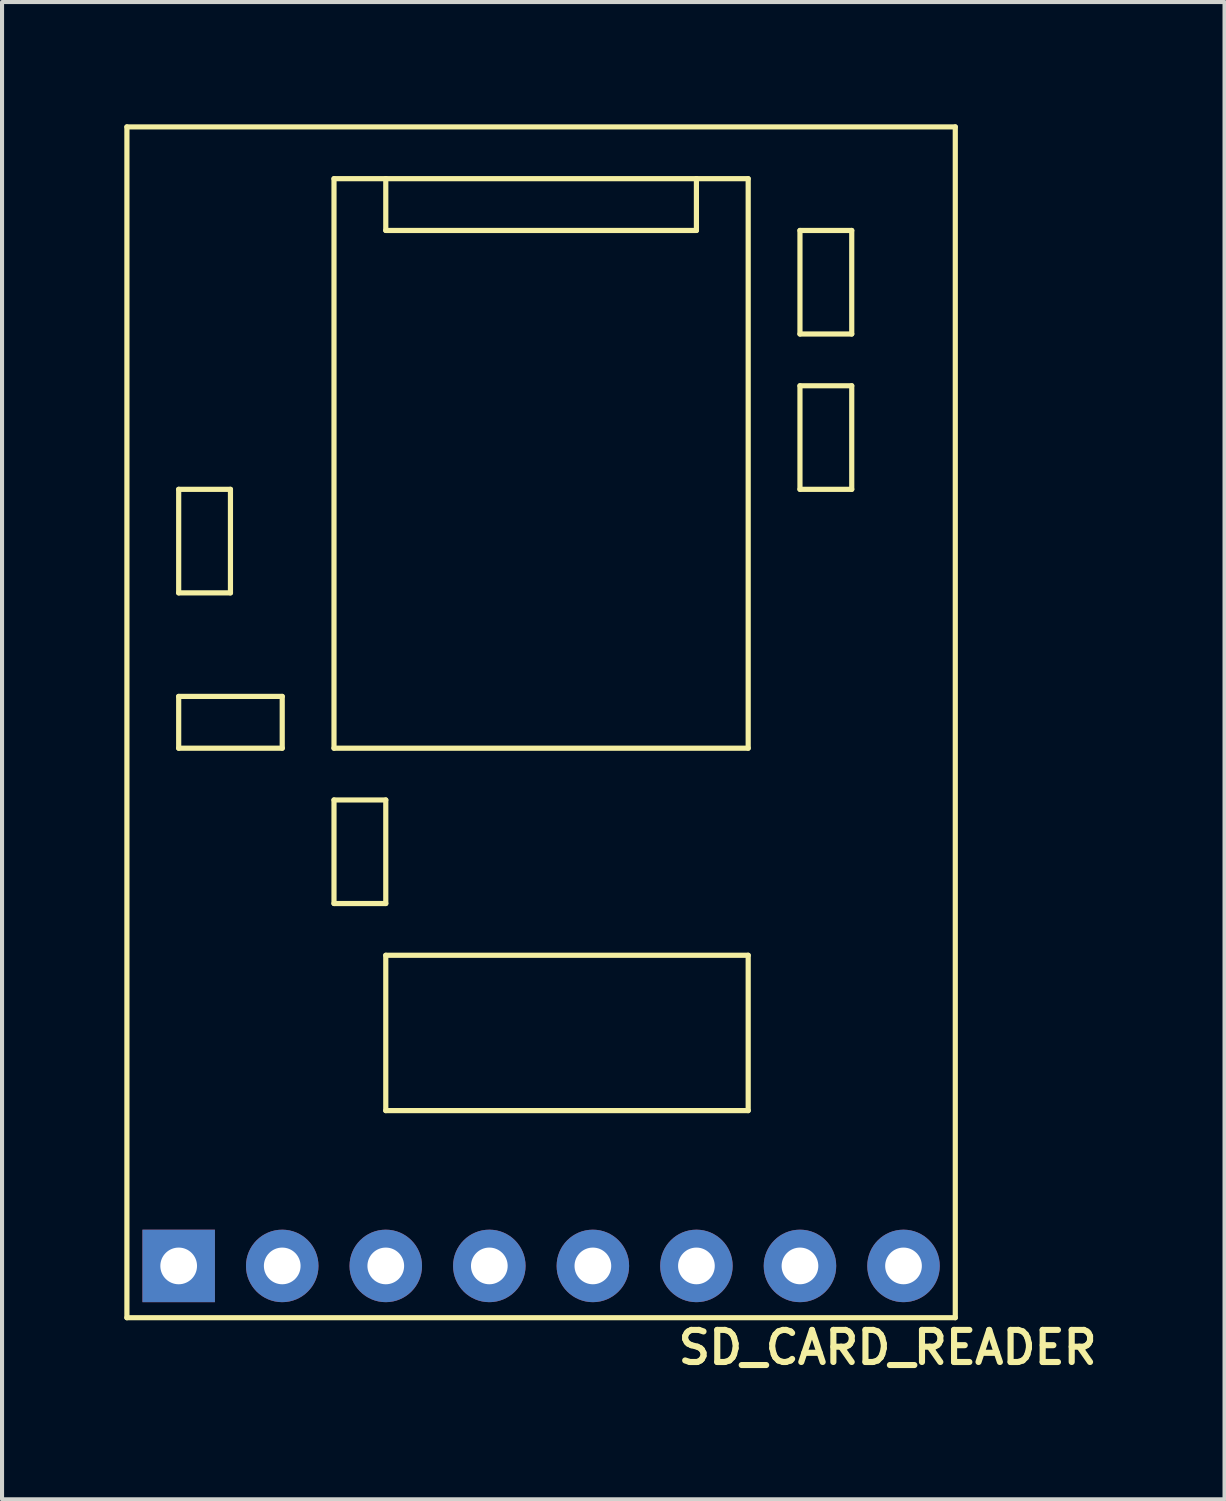
<source format=kicad_pcb>
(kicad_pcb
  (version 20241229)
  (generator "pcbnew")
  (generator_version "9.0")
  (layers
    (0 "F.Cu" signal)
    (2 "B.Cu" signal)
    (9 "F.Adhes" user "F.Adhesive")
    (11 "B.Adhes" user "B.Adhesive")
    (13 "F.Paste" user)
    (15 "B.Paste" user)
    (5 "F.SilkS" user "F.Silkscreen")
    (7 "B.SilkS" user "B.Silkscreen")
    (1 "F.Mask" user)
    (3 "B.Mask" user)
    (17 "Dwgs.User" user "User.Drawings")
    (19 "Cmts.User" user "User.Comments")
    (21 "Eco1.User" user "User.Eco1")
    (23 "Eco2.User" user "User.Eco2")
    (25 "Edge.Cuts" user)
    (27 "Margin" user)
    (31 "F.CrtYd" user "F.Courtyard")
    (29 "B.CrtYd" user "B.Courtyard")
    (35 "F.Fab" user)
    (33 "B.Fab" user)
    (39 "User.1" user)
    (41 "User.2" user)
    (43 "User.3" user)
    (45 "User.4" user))
  (footprint "SD_CARD_READER"
    (layer "F.Cu")
    (at 10.223 28.003)
    (property "Reference" "SD_CARD_READER" (at 8.5 2 0) (layer "F.SilkS") (effects (font (size 0.787 0.787) (thickness 0.15))))
    (attr through_hole)
    (fp_line (start -10.16 -27.94) (end -10.16 1.27) (stroke (width 0.127) (type solid)) (layer "F.SilkS"))
    (fp_line (start -10.16 1.27) (end 10.16 1.27) (stroke (width 0.127) (type solid)) (layer "F.SilkS"))
    (fp_line (start -8.89 -19.05) (end -7.62 -19.05) (stroke (width 0.127) (type solid)) (layer "F.SilkS"))
    (fp_line (start -8.89 -16.51) (end -8.89 -19.05) (stroke (width 0.127) (type solid)) (layer "F.SilkS"))
    (fp_line (start -8.89 -13.97) (end -8.89 -12.7) (stroke (width 0.127) (type solid)) (layer "F.SilkS"))
    (fp_line (start -8.89 -12.7) (end -6.35 -12.7) (stroke (width 0.127) (type solid)) (layer "F.SilkS"))
    (fp_line (start -7.62 -19.05) (end -7.62 -16.51) (stroke (width 0.127) (type solid)) (layer "F.SilkS"))
    (fp_line (start -7.62 -16.51) (end -8.89 -16.51) (stroke (width 0.127) (type solid)) (layer "F.SilkS"))
    (fp_line (start -6.35 -13.97) (end -8.89 -13.97) (stroke (width 0.127) (type solid)) (layer "F.SilkS"))
    (fp_line (start -6.35 -12.7) (end -6.35 -13.97) (stroke (width 0.127) (type solid)) (layer "F.SilkS"))
    (fp_line (start -5.08 -26.67) (end -5.08 -12.7) (stroke (width 0.127) (type solid)) (layer "F.SilkS"))
    (fp_line (start -5.08 -12.7) (end 5.08 -12.7) (stroke (width 0.127) (type solid)) (layer "F.SilkS"))
    (fp_line (start -5.08 -11.43) (end -5.08 -8.89) (stroke (width 0.127) (type solid)) (layer "F.SilkS"))
    (fp_line (start -5.08 -8.89) (end -3.81 -8.89) (stroke (width 0.127) (type solid)) (layer "F.SilkS"))
    (fp_line (start -3.81 -26.67) (end -5.08 -26.67) (stroke (width 0.127) (type solid)) (layer "F.SilkS"))
    (fp_line (start -3.81 -26.67) (end -3.81 -25.4) (stroke (width 0.127) (type solid)) (layer "F.SilkS"))
    (fp_line (start -3.81 -25.4) (end 3.81 -25.4) (stroke (width 0.127) (type solid)) (layer "F.SilkS"))
    (fp_line (start -3.81 -11.43) (end -5.08 -11.43) (stroke (width 0.127) (type solid)) (layer "F.SilkS"))
    (fp_line (start -3.81 -8.89) (end -3.81 -11.43) (stroke (width 0.127) (type solid)) (layer "F.SilkS"))
    (fp_line (start -3.81 -7.62) (end -3.81 -3.81) (stroke (width 0.127) (type solid)) (layer "F.SilkS"))
    (fp_line (start -3.81 -3.81) (end 5.08 -3.81) (stroke (width 0.127) (type solid)) (layer "F.SilkS"))
    (fp_line (start 3.81 -26.67) (end -3.81 -26.67) (stroke (width 0.127) (type solid)) (layer "F.SilkS"))
    (fp_line (start 3.81 -25.4) (end 3.81 -26.67) (stroke (width 0.127) (type solid)) (layer "F.SilkS"))
    (fp_line (start 5.08 -26.67) (end 3.81 -26.67) (stroke (width 0.127) (type solid)) (layer "F.SilkS"))
    (fp_line (start 5.08 -12.7) (end 5.08 -26.67) (stroke (width 0.127) (type solid)) (layer "F.SilkS"))
    (fp_line (start 5.08 -7.62) (end -3.81 -7.62) (stroke (width 0.127) (type solid)) (layer "F.SilkS"))
    (fp_line (start 5.08 -3.81) (end 5.08 -7.62) (stroke (width 0.127) (type solid)) (layer "F.SilkS"))
    (fp_line (start 6.35 -25.4) (end 7.62 -25.4) (stroke (width 0.127) (type solid)) (layer "F.SilkS"))
    (fp_line (start 6.35 -22.86) (end 6.35 -25.4) (stroke (width 0.127) (type solid)) (layer "F.SilkS"))
    (fp_line (start 6.35 -21.59) (end 6.35 -19.05) (stroke (width 0.127) (type solid)) (layer "F.SilkS"))
    (fp_line (start 6.35 -19.05) (end 7.62 -19.05) (stroke (width 0.127) (type solid)) (layer "F.SilkS"))
    (fp_line (start 7.62 -25.4) (end 7.62 -22.86) (stroke (width 0.127) (type solid)) (layer "F.SilkS"))
    (fp_line (start 7.62 -22.86) (end 6.35 -22.86) (stroke (width 0.127) (type solid)) (layer "F.SilkS"))
    (fp_line (start 7.62 -21.59) (end 6.35 -21.59) (stroke (width 0.127) (type solid)) (layer "F.SilkS"))
    (fp_line (start 7.62 -19.05) (end 7.62 -21.59) (stroke (width 0.127) (type solid)) (layer "F.SilkS"))
    (fp_line (start 10.16 -27.94) (end -10.16 -27.94) (stroke (width 0.127) (type solid)) (layer "F.SilkS"))
    (fp_line (start 10.16 1.27) (end 10.16 -27.94) (stroke (width 0.127) (type solid)) (layer "F.SilkS"))
    (pad "3V" thru_hole circle (at -6.35 0) (size 1.778 1.778) (drill 0.9) (layers "*.Cu" "*.Mask"))
    (pad "5V" thru_hole rect (at -8.89 0) (size 1.778 1.778) (drill 0.9) (layers "*.Cu" "*.Mask"))
    (pad "CD" thru_hole circle (at 8.89 0) (size 1.778 1.778) (drill 0.9) (layers "*.Cu" "*.Mask"))
    (pad "CLK" thru_hole circle (at -1.27 0) (size 1.778 1.778) (drill 0.9) (layers "*.Cu" "*.Mask"))
    (pad "CS" thru_hole circle (at 6.35 0) (size 1.778 1.778) (drill 0.9) (layers "*.Cu" "*.Mask"))
    (pad "DI" thru_hole circle (at 3.81 0) (size 1.778 1.778) (drill 0.9) (layers "*.Cu" "*.Mask"))
    (pad "DO" thru_hole circle (at 1.27 0) (size 1.778 1.778) (drill 0.9) (layers "*.Cu" "*.Mask"))
    (pad "GND" thru_hole circle (at -3.81 0) (size 1.778 1.778) (drill 0.9) (layers "*.Cu" "*.Mask")))
  (gr_rect
    (start -3 -3)
    (end 26.988 33.727)
    (stroke (width 0.1) (type default))
    (fill no)
    (layer "Edge.Cuts")))
</source>
